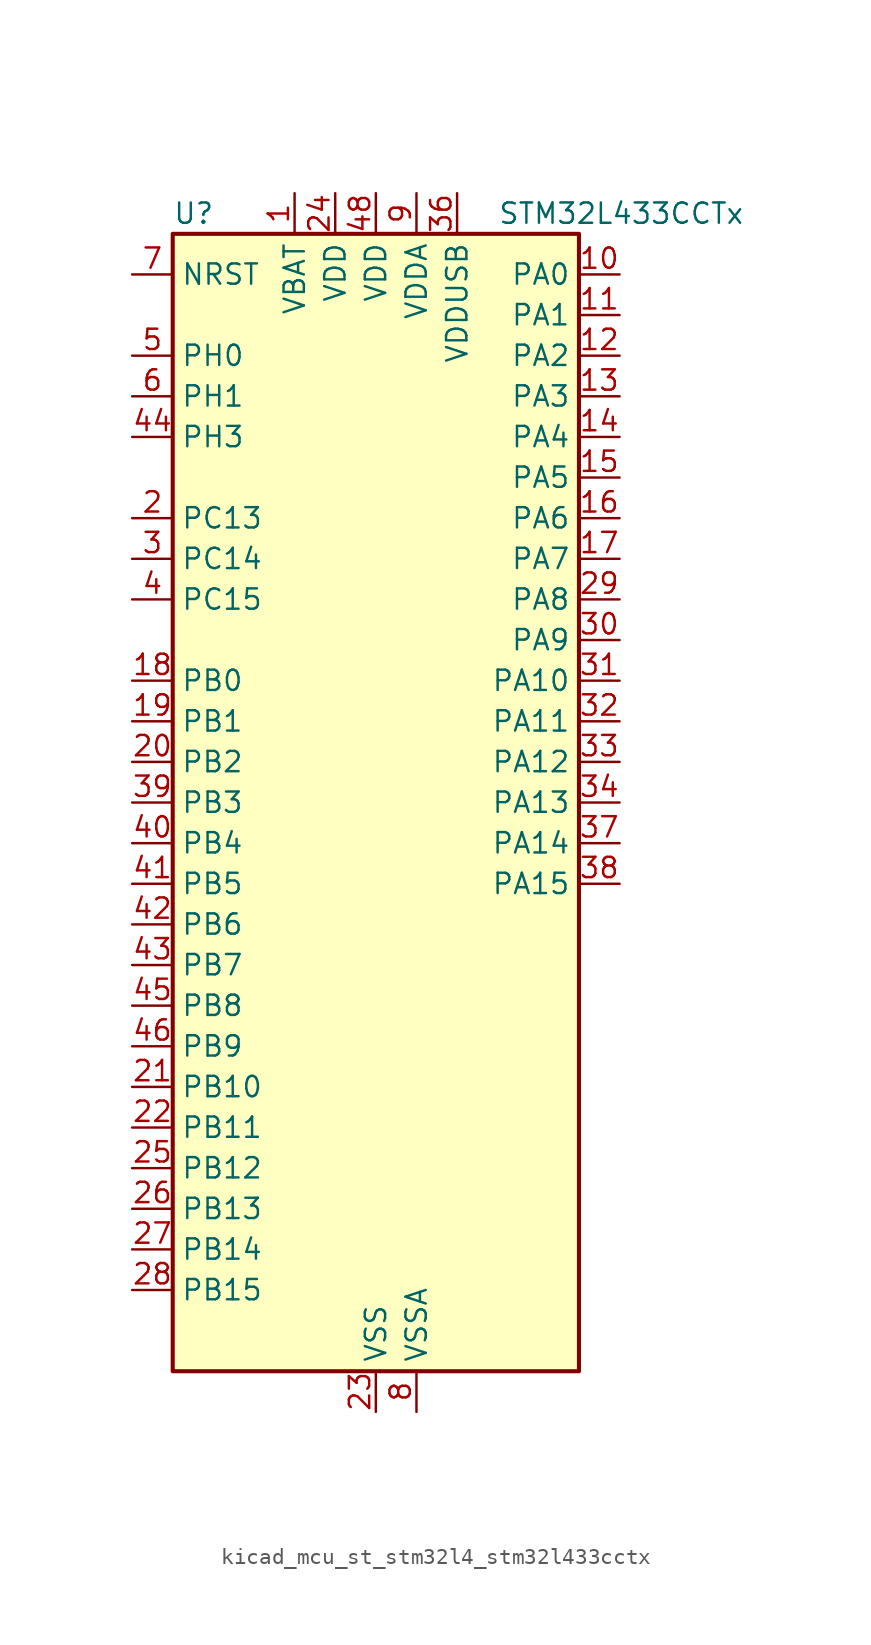
<source format=kicad_sym>
(kicad_symbol_lib
  (version 20220914)
  (generator kicad_symbol_editor)
  (symbol "kicad_mcu_st_stm32l4_stm32l433cctx"
    (property "Reference" "U"
      (at -12.7 36.83 0)
      (effects (font (size 1.27 1.27)) (justify left)))
    (property "Value" "STM32L433CCTx"
      (at 7.62 36.83 0)
      (effects (font (size 1.27 1.27)) (justify left)))
    (property "ki_locked" ""
      (at 0 0 0)
      (effects (font (size 1.27 1.27))))
    (symbol "kicad_mcu_st_stm32l4_stm32l433cctx_0_1"
      (rectangle (start -12.7 -35.56) (end 12.7 35.56) (stroke (width 0.254) (type default)) (fill (type background))))
    (symbol "kicad_mcu_st_stm32l4_stm32l433cctx_1_1"
      (pin power_in line (at -5.08 38.1 270) (length 2.54) (name "VBAT" (effects (font (size 1.27 1.27)))) (number "1" (effects (font (size 1.27 1.27)))))
      (pin bidirectional line (at 15.24 33.02 180) (length 2.54) (name "PA0" (effects (font (size 1.27 1.27)))) (number "10" (effects (font (size 1.27 1.27)))) (alternate "ADC1_IN5" bidirectional line) (alternate "COMP1_INM" bidirectional line) (alternate "COMP1_OUT" bidirectional line) (alternate "OPAMP1_VINP" bidirectional line) (alternate "RTC_TAMP2" bidirectional line) (alternate "SAI1_EXTCLK" bidirectional line) (alternate "SYS_WKUP1" bidirectional line) (alternate "TIM2_CH1" bidirectional line) (alternate "TIM2_ETR" bidirectional line) (alternate "USART2_CTS" bidirectional line))
      (pin bidirectional line (at 15.24 30.48 180) (length 2.54) (name "PA1" (effects (font (size 1.27 1.27)))) (number "11" (effects (font (size 1.27 1.27)))) (alternate "ADC1_IN6" bidirectional line) (alternate "COMP1_INP" bidirectional line) (alternate "I2C1_SMBA" bidirectional line) (alternate "LCD_SEG0" bidirectional line) (alternate "OPAMP1_VINM" bidirectional line) (alternate "SPI1_SCK" bidirectional line) (alternate "TIM15_CH1N" bidirectional line) (alternate "TIM2_CH2" bidirectional line) (alternate "USART2_DE" bidirectional line) (alternate "USART2_RTS" bidirectional line))
      (pin bidirectional line (at 15.24 27.94 180) (length 2.54) (name "PA2" (effects (font (size 1.27 1.27)))) (number "12" (effects (font (size 1.27 1.27)))) (alternate "ADC1_IN7" bidirectional line) (alternate "COMP2_INM" bidirectional line) (alternate "COMP2_OUT" bidirectional line) (alternate "LCD_SEG1" bidirectional line) (alternate "LPUART1_TX" bidirectional line) (alternate "QUADSPI_BK1_NCS" bidirectional line) (alternate "RCC_LSCO" bidirectional line) (alternate "SYS_WKUP4" bidirectional line) (alternate "TIM15_CH1" bidirectional line) (alternate "TIM2_CH3" bidirectional line) (alternate "USART2_TX" bidirectional line))
      (pin bidirectional line (at 15.24 25.4 180) (length 2.54) (name "PA3" (effects (font (size 1.27 1.27)))) (number "13" (effects (font (size 1.27 1.27)))) (alternate "ADC1_IN8" bidirectional line) (alternate "COMP2_INP" bidirectional line) (alternate "LCD_SEG2" bidirectional line) (alternate "LPUART1_RX" bidirectional line) (alternate "OPAMP1_VOUT" bidirectional line) (alternate "QUADSPI_CLK" bidirectional line) (alternate "SAI1_MCLK_A" bidirectional line) (alternate "TIM15_CH2" bidirectional line) (alternate "TIM2_CH4" bidirectional line) (alternate "USART2_RX" bidirectional line))
      (pin bidirectional line (at 15.24 22.86 180) (length 2.54) (name "PA4" (effects (font (size 1.27 1.27)))) (number "14" (effects (font (size 1.27 1.27)))) (alternate "ADC1_IN9" bidirectional line) (alternate "COMP1_INM" bidirectional line) (alternate "COMP2_INM" bidirectional line) (alternate "DAC1_OUT1" bidirectional line) (alternate "LPTIM2_OUT" bidirectional line) (alternate "SAI1_FS_B" bidirectional line) (alternate "SPI1_NSS" bidirectional line) (alternate "SPI3_NSS" bidirectional line) (alternate "USART2_CK" bidirectional line))
      (pin bidirectional line (at 15.24 20.32 180) (length 2.54) (name "PA5" (effects (font (size 1.27 1.27)))) (number "15" (effects (font (size 1.27 1.27)))) (alternate "ADC1_IN10" bidirectional line) (alternate "COMP1_INM" bidirectional line) (alternate "COMP2_INM" bidirectional line) (alternate "DAC1_OUT2" bidirectional line) (alternate "LPTIM2_ETR" bidirectional line) (alternate "SPI1_SCK" bidirectional line) (alternate "TIM2_CH1" bidirectional line) (alternate "TIM2_ETR" bidirectional line))
      (pin bidirectional line (at 15.24 17.78 180) (length 2.54) (name "PA6" (effects (font (size 1.27 1.27)))) (number "16" (effects (font (size 1.27 1.27)))) (alternate "ADC1_IN11" bidirectional line) (alternate "COMP1_OUT" bidirectional line) (alternate "LCD_SEG3" bidirectional line) (alternate "LPUART1_CTS" bidirectional line) (alternate "QUADSPI_BK1_IO3" bidirectional line) (alternate "SPI1_MISO" bidirectional line) (alternate "TIM16_CH1" bidirectional line) (alternate "TIM1_BKIN" bidirectional line) (alternate "TIM1_BKIN_COMP2" bidirectional line) (alternate "USART3_CTS" bidirectional line))
      (pin bidirectional line (at 15.24 15.24 180) (length 2.54) (name "PA7" (effects (font (size 1.27 1.27)))) (number "17" (effects (font (size 1.27 1.27)))) (alternate "ADC1_IN12" bidirectional line) (alternate "COMP2_OUT" bidirectional line) (alternate "I2C3_SCL" bidirectional line) (alternate "LCD_SEG4" bidirectional line) (alternate "QUADSPI_BK1_IO2" bidirectional line) (alternate "SPI1_MOSI" bidirectional line) (alternate "TIM1_CH1N" bidirectional line))
      (pin bidirectional line (at -15.24 7.62 0) (length 2.54) (name "PB0" (effects (font (size 1.27 1.27)))) (number "18" (effects (font (size 1.27 1.27)))) (alternate "ADC1_IN15" bidirectional line) (alternate "COMP1_OUT" bidirectional line) (alternate "LCD_SEG5" bidirectional line) (alternate "QUADSPI_BK1_IO1" bidirectional line) (alternate "SAI1_EXTCLK" bidirectional line) (alternate "SPI1_NSS" bidirectional line) (alternate "TIM1_CH2N" bidirectional line) (alternate "USART3_CK" bidirectional line))
      (pin bidirectional line (at -15.24 5.08 0) (length 2.54) (name "PB1" (effects (font (size 1.27 1.27)))) (number "19" (effects (font (size 1.27 1.27)))) (alternate "ADC1_IN16" bidirectional line) (alternate "COMP1_INM" bidirectional line) (alternate "LCD_SEG6" bidirectional line) (alternate "LPTIM2_IN1" bidirectional line) (alternate "LPUART1_DE" bidirectional line) (alternate "LPUART1_RTS" bidirectional line) (alternate "QUADSPI_BK1_IO0" bidirectional line) (alternate "TIM1_CH3N" bidirectional line) (alternate "USART3_DE" bidirectional line) (alternate "USART3_RTS" bidirectional line))
      (pin bidirectional line (at -15.24 17.78 0) (length 2.54) (name "PC13" (effects (font (size 1.27 1.27)))) (number "2" (effects (font (size 1.27 1.27)))) (alternate "RTC_OUT_ALARM" bidirectional line) (alternate "RTC_OUT_CALIB" bidirectional line) (alternate "RTC_TAMP1" bidirectional line) (alternate "RTC_TS" bidirectional line) (alternate "SYS_WKUP2" bidirectional line))
      (pin bidirectional line (at -15.24 2.54 0) (length 2.54) (name "PB2" (effects (font (size 1.27 1.27)))) (number "20" (effects (font (size 1.27 1.27)))) (alternate "COMP1_INP" bidirectional line) (alternate "I2C3_SMBA" bidirectional line) (alternate "LCD_VLCD" bidirectional line) (alternate "LPTIM1_OUT" bidirectional line) (alternate "RTC_OUT_ALARM" bidirectional line) (alternate "RTC_OUT_CALIB" bidirectional line))
      (pin bidirectional line (at -15.24 -17.78 0) (length 2.54) (name "PB10" (effects (font (size 1.27 1.27)))) (number "21" (effects (font (size 1.27 1.27)))) (alternate "COMP1_OUT" bidirectional line) (alternate "I2C2_SCL" bidirectional line) (alternate "LCD_SEG10" bidirectional line) (alternate "LPUART1_RX" bidirectional line) (alternate "QUADSPI_CLK" bidirectional line) (alternate "SAI1_SCK_A" bidirectional line) (alternate "SPI2_SCK" bidirectional line) (alternate "TIM2_CH3" bidirectional line) (alternate "TSC_SYNC" bidirectional line) (alternate "USART3_TX" bidirectional line))
      (pin bidirectional line (at -15.24 -20.32 0) (length 2.54) (name "PB11" (effects (font (size 1.27 1.27)))) (number "22" (effects (font (size 1.27 1.27)))) (alternate "ADC1_EXTI11" bidirectional line) (alternate "COMP2_OUT" bidirectional line) (alternate "I2C2_SDA" bidirectional line) (alternate "LCD_SEG11" bidirectional line) (alternate "LPUART1_TX" bidirectional line) (alternate "QUADSPI_BK1_NCS" bidirectional line) (alternate "TIM2_CH4" bidirectional line) (alternate "USART3_RX" bidirectional line))
      (pin power_in line (at 0 -38.1 90) (length 2.54) (name "VSS" (effects (font (size 1.27 1.27)))) (number "23" (effects (font (size 1.27 1.27)))))
      (pin power_in line (at -2.54 38.1 270) (length 2.54) (name "VDD" (effects (font (size 1.27 1.27)))) (number "24" (effects (font (size 1.27 1.27)))))
      (pin bidirectional line (at -15.24 -22.86 0) (length 2.54) (name "PB12" (effects (font (size 1.27 1.27)))) (number "25" (effects (font (size 1.27 1.27)))) (alternate "I2C2_SMBA" bidirectional line) (alternate "LCD_SEG12" bidirectional line) (alternate "LPUART1_DE" bidirectional line) (alternate "LPUART1_RTS" bidirectional line) (alternate "SAI1_FS_A" bidirectional line) (alternate "SPI2_NSS" bidirectional line) (alternate "SWPMI1_IO" bidirectional line) (alternate "TIM15_BKIN" bidirectional line) (alternate "TIM1_BKIN" bidirectional line) (alternate "TIM1_BKIN_COMP2" bidirectional line) (alternate "TSC_G1_IO1" bidirectional line) (alternate "USART3_CK" bidirectional line))
      (pin bidirectional line (at -15.24 -25.4 0) (length 2.54) (name "PB13" (effects (font (size 1.27 1.27)))) (number "26" (effects (font (size 1.27 1.27)))) (alternate "I2C2_SCL" bidirectional line) (alternate "LCD_SEG13" bidirectional line) (alternate "LPUART1_CTS" bidirectional line) (alternate "SAI1_SCK_A" bidirectional line) (alternate "SPI2_SCK" bidirectional line) (alternate "SWPMI1_TX" bidirectional line) (alternate "TIM15_CH1N" bidirectional line) (alternate "TIM1_CH1N" bidirectional line) (alternate "TSC_G1_IO2" bidirectional line) (alternate "USART3_CTS" bidirectional line))
      (pin bidirectional line (at -15.24 -27.94 0) (length 2.54) (name "PB14" (effects (font (size 1.27 1.27)))) (number "27" (effects (font (size 1.27 1.27)))) (alternate "I2C2_SDA" bidirectional line) (alternate "LCD_SEG14" bidirectional line) (alternate "SAI1_MCLK_A" bidirectional line) (alternate "SPI2_MISO" bidirectional line) (alternate "SWPMI1_RX" bidirectional line) (alternate "TIM15_CH1" bidirectional line) (alternate "TIM1_CH2N" bidirectional line) (alternate "TSC_G1_IO3" bidirectional line) (alternate "USART3_DE" bidirectional line) (alternate "USART3_RTS" bidirectional line))
      (pin bidirectional line (at -15.24 -30.48 0) (length 2.54) (name "PB15" (effects (font (size 1.27 1.27)))) (number "28" (effects (font (size 1.27 1.27)))) (alternate "ADC1_EXTI15" bidirectional line) (alternate "LCD_SEG15" bidirectional line) (alternate "RTC_REFIN" bidirectional line) (alternate "SAI1_SD_A" bidirectional line) (alternate "SPI2_MOSI" bidirectional line) (alternate "SWPMI1_SUSPEND" bidirectional line) (alternate "TIM15_CH2" bidirectional line) (alternate "TIM1_CH3N" bidirectional line) (alternate "TSC_G1_IO4" bidirectional line))
      (pin bidirectional line (at 15.24 12.7 180) (length 2.54) (name "PA8" (effects (font (size 1.27 1.27)))) (number "29" (effects (font (size 1.27 1.27)))) (alternate "LCD_COM0" bidirectional line) (alternate "LPTIM2_OUT" bidirectional line) (alternate "RCC_MCO" bidirectional line) (alternate "SAI1_SCK_A" bidirectional line) (alternate "SWPMI1_IO" bidirectional line) (alternate "TIM1_CH1" bidirectional line) (alternate "USART1_CK" bidirectional line))
      (pin bidirectional line (at -15.24 15.24 0) (length 2.54) (name "PC14" (effects (font (size 1.27 1.27)))) (number "3" (effects (font (size 1.27 1.27)))) (alternate "RCC_OSC32_IN" bidirectional line))
      (pin bidirectional line (at 15.24 10.16 180) (length 2.54) (name "PA9" (effects (font (size 1.27 1.27)))) (number "30" (effects (font (size 1.27 1.27)))) (alternate "DAC1_EXTI9" bidirectional line) (alternate "I2C1_SCL" bidirectional line) (alternate "LCD_COM1" bidirectional line) (alternate "SAI1_FS_A" bidirectional line) (alternate "TIM15_BKIN" bidirectional line) (alternate "TIM1_CH2" bidirectional line) (alternate "USART1_TX" bidirectional line))
      (pin bidirectional line (at 15.24 7.62 180) (length 2.54) (name "PA10" (effects (font (size 1.27 1.27)))) (number "31" (effects (font (size 1.27 1.27)))) (alternate "CRS_SYNC" bidirectional line) (alternate "I2C1_SDA" bidirectional line) (alternate "LCD_COM2" bidirectional line) (alternate "SAI1_SD_A" bidirectional line) (alternate "TIM1_CH3" bidirectional line) (alternate "USART1_RX" bidirectional line))
      (pin bidirectional line (at 15.24 5.08 180) (length 2.54) (name "PA11" (effects (font (size 1.27 1.27)))) (number "32" (effects (font (size 1.27 1.27)))) (alternate "ADC1_EXTI11" bidirectional line) (alternate "CAN1_RX" bidirectional line) (alternate "COMP1_OUT" bidirectional line) (alternate "SPI1_MISO" bidirectional line) (alternate "TIM1_BKIN2" bidirectional line) (alternate "TIM1_BKIN2_COMP1" bidirectional line) (alternate "TIM1_CH4" bidirectional line) (alternate "USART1_CTS" bidirectional line) (alternate "USB_DM" bidirectional line))
      (pin bidirectional line (at 15.24 2.54 180) (length 2.54) (name "PA12" (effects (font (size 1.27 1.27)))) (number "33" (effects (font (size 1.27 1.27)))) (alternate "CAN1_TX" bidirectional line) (alternate "SPI1_MOSI" bidirectional line) (alternate "TIM1_ETR" bidirectional line) (alternate "USART1_DE" bidirectional line) (alternate "USART1_RTS" bidirectional line) (alternate "USB_DP" bidirectional line))
      (pin bidirectional line (at 15.24 0 180) (length 2.54) (name "PA13" (effects (font (size 1.27 1.27)))) (number "34" (effects (font (size 1.27 1.27)))) (alternate "IR_OUT" bidirectional line) (alternate "SAI1_SD_B" bidirectional line) (alternate "SWPMI1_TX" bidirectional line) (alternate "SYS_JTMS-SWDIO" bidirectional line) (alternate "USB_NOE" bidirectional line))
      (pin passive line (at 0 -38.1 90) (length 2.54) hide (name "VSS" (effects (font (size 1.27 1.27)))) (number "35" (effects (font (size 1.27 1.27)))))
      (pin power_in line (at 5.08 38.1 270) (length 2.54) (name "VDDUSB" (effects (font (size 1.27 1.27)))) (number "36" (effects (font (size 1.27 1.27)))))
      (pin bidirectional line (at 15.24 -2.54 180) (length 2.54) (name "PA14" (effects (font (size 1.27 1.27)))) (number "37" (effects (font (size 1.27 1.27)))) (alternate "I2C1_SMBA" bidirectional line) (alternate "LPTIM1_OUT" bidirectional line) (alternate "SAI1_FS_B" bidirectional line) (alternate "SWPMI1_RX" bidirectional line) (alternate "SYS_JTCK-SWCLK" bidirectional line))
      (pin bidirectional line (at 15.24 -5.08 180) (length 2.54) (name "PA15" (effects (font (size 1.27 1.27)))) (number "38" (effects (font (size 1.27 1.27)))) (alternate "ADC1_EXTI15" bidirectional line) (alternate "LCD_SEG17" bidirectional line) (alternate "SPI1_NSS" bidirectional line) (alternate "SPI3_NSS" bidirectional line) (alternate "SWPMI1_SUSPEND" bidirectional line) (alternate "SYS_JTDI" bidirectional line) (alternate "TIM2_CH1" bidirectional line) (alternate "TIM2_ETR" bidirectional line) (alternate "USART2_RX" bidirectional line) (alternate "USART3_DE" bidirectional line) (alternate "USART3_RTS" bidirectional line))
      (pin bidirectional line (at -15.24 0 0) (length 2.54) (name "PB3" (effects (font (size 1.27 1.27)))) (number "39" (effects (font (size 1.27 1.27)))) (alternate "COMP2_INM" bidirectional line) (alternate "LCD_SEG7" bidirectional line) (alternate "SAI1_SCK_B" bidirectional line) (alternate "SPI1_SCK" bidirectional line) (alternate "SPI3_SCK" bidirectional line) (alternate "SYS_JTDO-SWO" bidirectional line) (alternate "TIM2_CH2" bidirectional line) (alternate "USART1_DE" bidirectional line) (alternate "USART1_RTS" bidirectional line))
      (pin bidirectional line (at -15.24 12.7 0) (length 2.54) (name "PC15" (effects (font (size 1.27 1.27)))) (number "4" (effects (font (size 1.27 1.27)))) (alternate "ADC1_EXTI15" bidirectional line) (alternate "RCC_OSC32_OUT" bidirectional line))
      (pin bidirectional line (at -15.24 -2.54 0) (length 2.54) (name "PB4" (effects (font (size 1.27 1.27)))) (number "40" (effects (font (size 1.27 1.27)))) (alternate "COMP2_INP" bidirectional line) (alternate "I2C3_SDA" bidirectional line) (alternate "LCD_SEG8" bidirectional line) (alternate "SAI1_MCLK_B" bidirectional line) (alternate "SPI1_MISO" bidirectional line) (alternate "SPI3_MISO" bidirectional line) (alternate "SYS_JTRST" bidirectional line) (alternate "TSC_G2_IO1" bidirectional line) (alternate "USART1_CTS" bidirectional line))
      (pin bidirectional line (at -15.24 -5.08 0) (length 2.54) (name "PB5" (effects (font (size 1.27 1.27)))) (number "41" (effects (font (size 1.27 1.27)))) (alternate "COMP2_OUT" bidirectional line) (alternate "I2C1_SMBA" bidirectional line) (alternate "LCD_SEG9" bidirectional line) (alternate "LPTIM1_IN1" bidirectional line) (alternate "SAI1_SD_B" bidirectional line) (alternate "SPI1_MOSI" bidirectional line) (alternate "SPI3_MOSI" bidirectional line) (alternate "TIM16_BKIN" bidirectional line) (alternate "TSC_G2_IO2" bidirectional line) (alternate "USART1_CK" bidirectional line))
      (pin bidirectional line (at -15.24 -7.62 0) (length 2.54) (name "PB6" (effects (font (size 1.27 1.27)))) (number "42" (effects (font (size 1.27 1.27)))) (alternate "COMP2_INP" bidirectional line) (alternate "I2C1_SCL" bidirectional line) (alternate "LPTIM1_ETR" bidirectional line) (alternate "SAI1_FS_B" bidirectional line) (alternate "TIM16_CH1N" bidirectional line) (alternate "TSC_G2_IO3" bidirectional line) (alternate "USART1_TX" bidirectional line))
      (pin bidirectional line (at -15.24 -10.16 0) (length 2.54) (name "PB7" (effects (font (size 1.27 1.27)))) (number "43" (effects (font (size 1.27 1.27)))) (alternate "COMP2_INM" bidirectional line) (alternate "I2C1_SDA" bidirectional line) (alternate "LCD_SEG21" bidirectional line) (alternate "LPTIM1_IN2" bidirectional line) (alternate "SYS_PVD_IN" bidirectional line) (alternate "TSC_G2_IO4" bidirectional line) (alternate "USART1_RX" bidirectional line))
      (pin bidirectional line (at -15.24 22.86 0) (length 2.54) (name "PH3" (effects (font (size 1.27 1.27)))) (number "44" (effects (font (size 1.27 1.27)))))
      (pin bidirectional line (at -15.24 -12.7 0) (length 2.54) (name "PB8" (effects (font (size 1.27 1.27)))) (number "45" (effects (font (size 1.27 1.27)))) (alternate "CAN1_RX" bidirectional line) (alternate "I2C1_SCL" bidirectional line) (alternate "LCD_SEG16" bidirectional line) (alternate "SAI1_MCLK_A" bidirectional line) (alternate "TIM16_CH1" bidirectional line))
      (pin bidirectional line (at -15.24 -15.24 0) (length 2.54) (name "PB9" (effects (font (size 1.27 1.27)))) (number "46" (effects (font (size 1.27 1.27)))) (alternate "CAN1_TX" bidirectional line) (alternate "DAC1_EXTI9" bidirectional line) (alternate "I2C1_SDA" bidirectional line) (alternate "IR_OUT" bidirectional line) (alternate "LCD_COM3" bidirectional line) (alternate "SAI1_FS_A" bidirectional line) (alternate "SPI2_NSS" bidirectional line))
      (pin passive line (at 0 -38.1 90) (length 2.54) hide (name "VSS" (effects (font (size 1.27 1.27)))) (number "47" (effects (font (size 1.27 1.27)))))
      (pin power_in line (at 0 38.1 270) (length 2.54) (name "VDD" (effects (font (size 1.27 1.27)))) (number "48" (effects (font (size 1.27 1.27)))))
      (pin bidirectional line (at -15.24 27.94 0) (length 2.54) (name "PH0" (effects (font (size 1.27 1.27)))) (number "5" (effects (font (size 1.27 1.27)))) (alternate "RCC_OSC_IN" bidirectional line))
      (pin bidirectional line (at -15.24 25.4 0) (length 2.54) (name "PH1" (effects (font (size 1.27 1.27)))) (number "6" (effects (font (size 1.27 1.27)))) (alternate "RCC_OSC_OUT" bidirectional line))
      (pin input line (at -15.24 33.02 0) (length 2.54) (name "NRST" (effects (font (size 1.27 1.27)))) (number "7" (effects (font (size 1.27 1.27)))))
      (pin power_in line (at 2.54 -38.1 90) (length 2.54) (name "VSSA" (effects (font (size 1.27 1.27)))) (number "8" (effects (font (size 1.27 1.27)))))
      (pin power_in line (at 2.54 38.1 270) (length 2.54) (name "VDDA" (effects (font (size 1.27 1.27)))) (number "9" (effects (font (size 1.27 1.27))))))))
</source>
